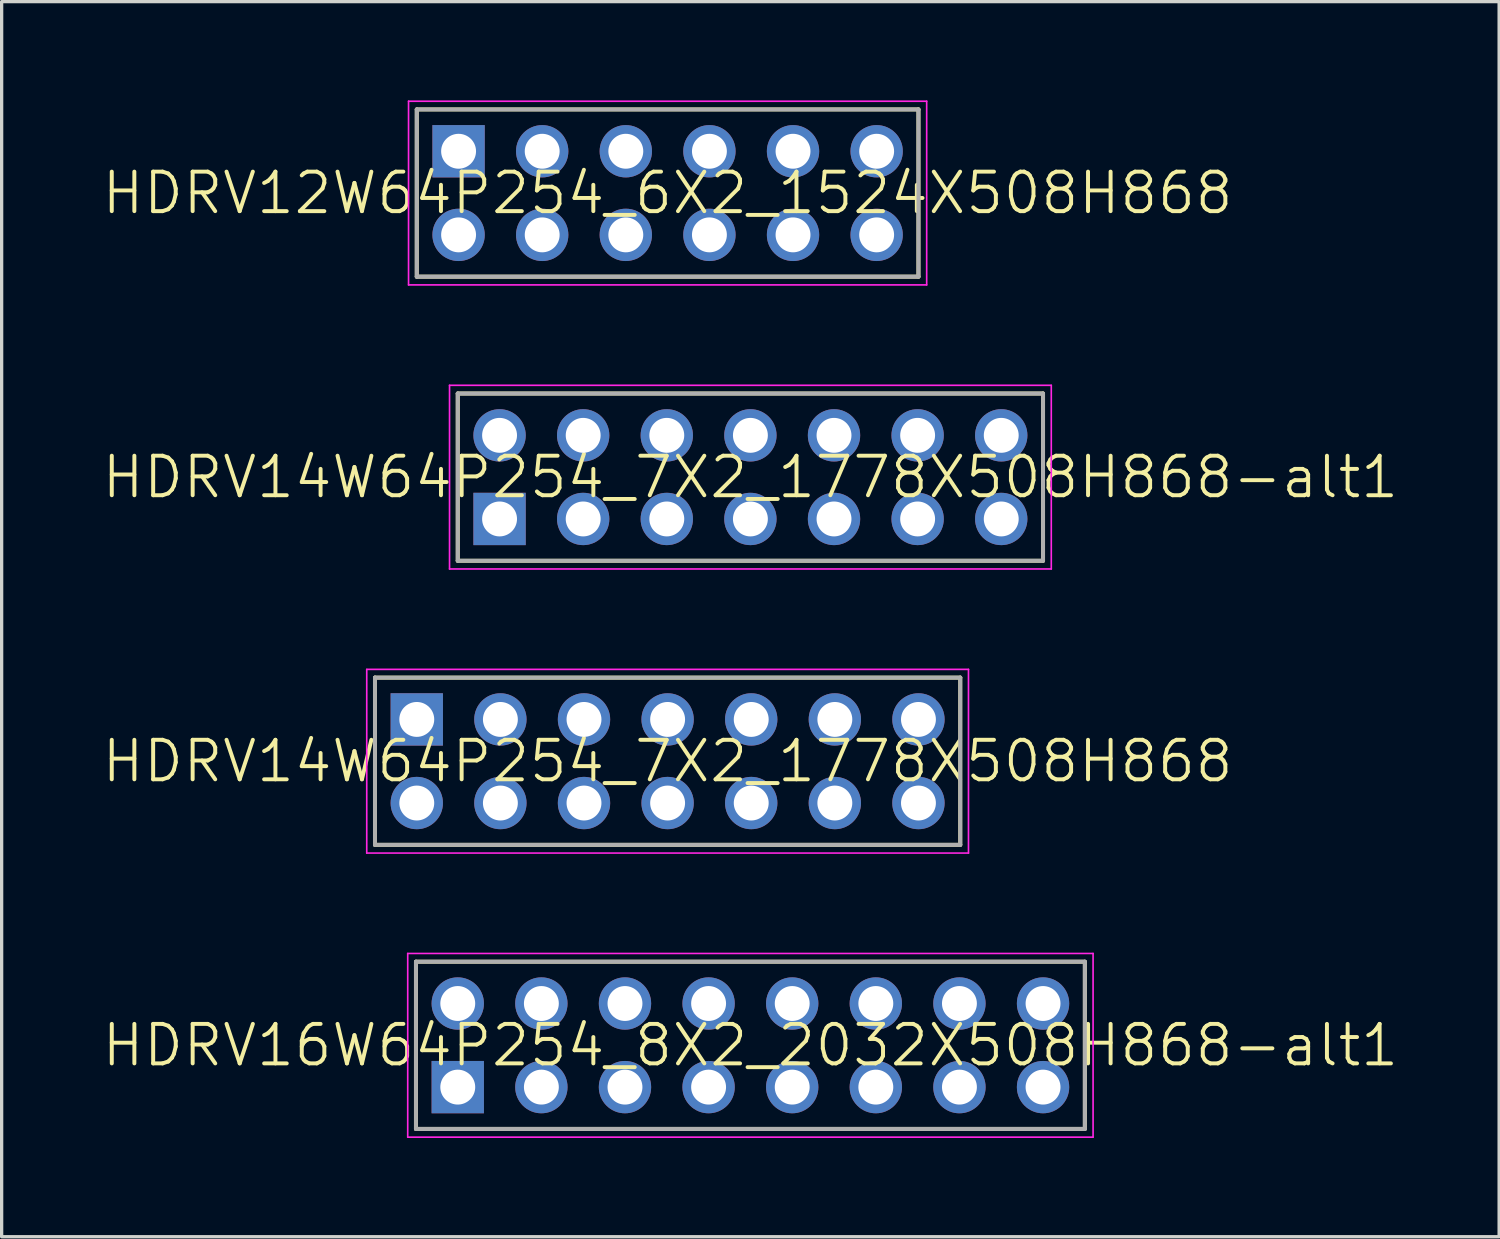
<source format=kicad_pcb>
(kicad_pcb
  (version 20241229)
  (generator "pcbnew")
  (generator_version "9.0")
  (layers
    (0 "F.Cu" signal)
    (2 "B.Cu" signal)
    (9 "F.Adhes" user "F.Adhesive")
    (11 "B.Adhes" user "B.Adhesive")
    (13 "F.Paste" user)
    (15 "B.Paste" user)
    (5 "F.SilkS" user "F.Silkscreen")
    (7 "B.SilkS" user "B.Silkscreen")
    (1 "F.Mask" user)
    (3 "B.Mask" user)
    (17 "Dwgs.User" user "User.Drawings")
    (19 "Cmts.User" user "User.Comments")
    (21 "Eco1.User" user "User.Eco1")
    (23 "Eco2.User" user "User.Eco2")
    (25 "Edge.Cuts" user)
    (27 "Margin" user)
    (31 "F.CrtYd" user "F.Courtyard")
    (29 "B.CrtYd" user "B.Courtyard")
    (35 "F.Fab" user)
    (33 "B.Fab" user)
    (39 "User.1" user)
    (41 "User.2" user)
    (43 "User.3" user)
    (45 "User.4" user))
  (footprint "HDRV12W64P254_6X2_1524X508H868"
    (layer "F.Cu")
    (at 10.881 1.545)
    (property "Reference" "HDRV12W64P254_6X2_1524X508H868" (at 6.35 1.27 0) (layer "F.SilkS") (effects (font (size 1.2 1.2) (thickness 0.12))))
    (attr through_hole)
    (fp_line (start -1.27 -1.27) (end 13.97 -1.27) (stroke (width 0.12) (type solid)) (layer "F.SilkS"))
    (fp_line (start -1.27 3.81) (end -1.27 -1.27) (stroke (width 0.12) (type solid)) (layer "F.SilkS"))
    (fp_line (start 13.97 -1.27) (end 13.97 3.81) (stroke (width 0.12) (type solid)) (layer "F.SilkS"))
    (fp_line (start 13.97 3.81) (end -1.27 3.81) (stroke (width 0.12) (type solid)) (layer "F.SilkS"))
    (fp_line (start -1.52 -1.52) (end 14.22 -1.52) (stroke (width 0.05) (type solid)) (layer "F.CrtYd"))
    (fp_line (start -1.52 4.06) (end -1.52 -1.52) (stroke (width 0.05) (type solid)) (layer "F.CrtYd"))
    (fp_line (start 14.22 -1.52) (end 14.22 4.06) (stroke (width 0.05) (type solid)) (layer "F.CrtYd"))
    (fp_line (start 14.22 4.06) (end -1.52 4.06) (stroke (width 0.05) (type solid)) (layer "F.CrtYd"))
    (fp_line (start -1.27 -1.27) (end 13.97 -1.27) (stroke (width 0.12) (type solid)) (layer "F.Fab"))
    (fp_line (start -1.27 3.81) (end -1.27 -1.27) (stroke (width 0.12) (type solid)) (layer "F.Fab"))
    (fp_line (start 13.97 -1.27) (end 13.97 3.81) (stroke (width 0.12) (type solid)) (layer "F.Fab"))
    (fp_line (start 13.97 3.81) (end -1.27 3.81) (stroke (width 0.12) (type solid)) (layer "F.Fab"))
    (pad "1" thru_hole rect (at 0 0) (size 1.59 1.59) (drill 1.06) (layers "*.Cu" "*.Mask"))
    (pad "2" thru_hole circle (at 0 2.54) (size 1.59 1.59) (drill 1.06) (layers "*.Cu" "*.Mask"))
    (pad "3" thru_hole circle (at 2.54 0) (size 1.59 1.59) (drill 1.06) (layers "*.Cu" "*.Mask"))
    (pad "4" thru_hole circle (at 2.54 2.54) (size 1.59 1.59) (drill 1.06) (layers "*.Cu" "*.Mask"))
    (pad "5" thru_hole circle (at 5.08 0) (size 1.59 1.59) (drill 1.06) (layers "*.Cu" "*.Mask"))
    (pad "6" thru_hole circle (at 5.08 2.54) (size 1.59 1.59) (drill 1.06) (layers "*.Cu" "*.Mask"))
    (pad "7" thru_hole circle (at 7.62 0) (size 1.59 1.59) (drill 1.06) (layers "*.Cu" "*.Mask"))
    (pad "8" thru_hole circle (at 7.62 2.54) (size 1.59 1.59) (drill 1.06) (layers "*.Cu" "*.Mask"))
    (pad "9" thru_hole circle (at 10.16 0) (size 1.59 1.59) (drill 1.06) (layers "*.Cu" "*.Mask"))
    (pad "10" thru_hole circle (at 10.16 2.54) (size 1.59 1.59) (drill 1.06) (layers "*.Cu" "*.Mask"))
    (pad "11" thru_hole circle (at 12.7 0) (size 1.59 1.59) (drill 1.06) (layers "*.Cu" "*.Mask"))
    (pad "12" thru_hole circle (at 12.7 2.54) (size 1.59 1.59) (drill 1.06) (layers "*.Cu" "*.Mask")))
  (footprint "HDRV16W64P254_8X2_2032X508H868-alt1"
    (layer "F.Cu")
    (at 10.856 29.975)
    (property "Reference" "HDRV16W64P254_8X2_2032X508H868-alt1" (at 8.89 -1.27 0) (layer "F.SilkS") (effects (font (size 1.2 1.2) (thickness 0.12))))
    (attr through_hole)
    (fp_line (start -1.27 -3.81) (end 19.05 -3.81) (stroke (width 0.12) (type solid)) (layer "F.SilkS"))
    (fp_line (start -1.27 1.27) (end -1.27 -3.81) (stroke (width 0.12) (type solid)) (layer "F.SilkS"))
    (fp_line (start 19.05 -3.81) (end 19.05 1.27) (stroke (width 0.12) (type solid)) (layer "F.SilkS"))
    (fp_line (start 19.05 1.27) (end -1.27 1.27) (stroke (width 0.12) (type solid)) (layer "F.SilkS"))
    (fp_line (start -1.52 -4.06) (end 19.3 -4.06) (stroke (width 0.05) (type solid)) (layer "F.CrtYd"))
    (fp_line (start -1.52 1.52) (end -1.52 -4.06) (stroke (width 0.05) (type solid)) (layer "F.CrtYd"))
    (fp_line (start 19.3 -4.06) (end 19.3 1.52) (stroke (width 0.05) (type solid)) (layer "F.CrtYd"))
    (fp_line (start 19.3 1.52) (end -1.52 1.52) (stroke (width 0.05) (type solid)) (layer "F.CrtYd"))
    (fp_line (start -1.27 -3.81) (end 19.05 -3.81) (stroke (width 0.12) (type solid)) (layer "F.Fab"))
    (fp_line (start -1.27 1.27) (end -1.27 -3.81) (stroke (width 0.12) (type solid)) (layer "F.Fab"))
    (fp_line (start 19.05 -3.81) (end 19.05 1.27) (stroke (width 0.12) (type solid)) (layer "F.Fab"))
    (fp_line (start 19.05 1.27) (end -1.27 1.27) (stroke (width 0.12) (type solid)) (layer "F.Fab"))
    (pad "1" thru_hole rect (at 0 0) (size 1.59 1.59) (drill 1.06) (layers "*.Cu" "*.Mask"))
    (pad "2" thru_hole circle (at 0 -2.54) (size 1.59 1.59) (drill 1.06) (layers "*.Cu" "*.Mask"))
    (pad "3" thru_hole circle (at 2.54 0) (size 1.59 1.59) (drill 1.06) (layers "*.Cu" "*.Mask"))
    (pad "4" thru_hole circle (at 2.54 -2.54) (size 1.59 1.59) (drill 1.06) (layers "*.Cu" "*.Mask"))
    (pad "5" thru_hole circle (at 5.08 0) (size 1.59 1.59) (drill 1.06) (layers "*.Cu" "*.Mask"))
    (pad "6" thru_hole circle (at 5.08 -2.54) (size 1.59 1.59) (drill 1.06) (layers "*.Cu" "*.Mask"))
    (pad "7" thru_hole circle (at 7.62 0) (size 1.59 1.59) (drill 1.06) (layers "*.Cu" "*.Mask"))
    (pad "8" thru_hole circle (at 7.62 -2.54) (size 1.59 1.59) (drill 1.06) (layers "*.Cu" "*.Mask"))
    (pad "9" thru_hole circle (at 10.16 0) (size 1.59 1.59) (drill 1.06) (layers "*.Cu" "*.Mask"))
    (pad "10" thru_hole circle (at 10.16 -2.54) (size 1.59 1.59) (drill 1.06) (layers "*.Cu" "*.Mask"))
    (pad "11" thru_hole circle (at 12.7 0) (size 1.59 1.59) (drill 1.06) (layers "*.Cu" "*.Mask"))
    (pad "12" thru_hole circle (at 12.7 -2.54) (size 1.59 1.59) (drill 1.06) (layers "*.Cu" "*.Mask"))
    (pad "13" thru_hole circle (at 15.24 0) (size 1.59 1.59) (drill 1.06) (layers "*.Cu" "*.Mask"))
    (pad "14" thru_hole circle (at 15.24 -2.54) (size 1.59 1.59) (drill 1.06) (layers "*.Cu" "*.Mask"))
    (pad "15" thru_hole circle (at 17.78 0) (size 1.59 1.59) (drill 1.06) (layers "*.Cu" "*.Mask"))
    (pad "16" thru_hole circle (at 17.78 -2.54) (size 1.59 1.59) (drill 1.06) (layers "*.Cu" "*.Mask")))
  (footprint "HDRV14W64P254_7X2_1778X508H868-alt1"
    (layer "F.Cu")
    (at 12.126 12.715)
    (property "Reference" "HDRV14W64P254_7X2_1778X508H868-alt1" (at 7.62 -1.27 0) (layer "F.SilkS") (effects (font (size 1.2 1.2) (thickness 0.12))))
    (attr through_hole)
    (fp_line (start -1.27 -3.81) (end 16.51 -3.81) (stroke (width 0.12) (type solid)) (layer "F.SilkS"))
    (fp_line (start -1.27 1.27) (end -1.27 -3.81) (stroke (width 0.12) (type solid)) (layer "F.SilkS"))
    (fp_line (start 16.51 -3.81) (end 16.51 1.27) (stroke (width 0.12) (type solid)) (layer "F.SilkS"))
    (fp_line (start 16.51 1.27) (end -1.27 1.27) (stroke (width 0.12) (type solid)) (layer "F.SilkS"))
    (fp_line (start -1.52 -4.06) (end 16.76 -4.06) (stroke (width 0.05) (type solid)) (layer "F.CrtYd"))
    (fp_line (start -1.52 1.52) (end -1.52 -4.06) (stroke (width 0.05) (type solid)) (layer "F.CrtYd"))
    (fp_line (start 16.76 -4.06) (end 16.76 1.52) (stroke (width 0.05) (type solid)) (layer "F.CrtYd"))
    (fp_line (start 16.76 1.52) (end -1.52 1.52) (stroke (width 0.05) (type solid)) (layer "F.CrtYd"))
    (fp_line (start -1.27 -3.81) (end 16.51 -3.81) (stroke (width 0.12) (type solid)) (layer "F.Fab"))
    (fp_line (start -1.27 1.27) (end -1.27 -3.81) (stroke (width 0.12) (type solid)) (layer "F.Fab"))
    (fp_line (start 16.51 -3.81) (end 16.51 1.27) (stroke (width 0.12) (type solid)) (layer "F.Fab"))
    (fp_line (start 16.51 1.27) (end -1.27 1.27) (stroke (width 0.12) (type solid)) (layer "F.Fab"))
    (pad "1" thru_hole rect (at 0 0) (size 1.59 1.59) (drill 1.06) (layers "*.Cu" "*.Mask"))
    (pad "2" thru_hole circle (at 0 -2.54) (size 1.59 1.59) (drill 1.06) (layers "*.Cu" "*.Mask"))
    (pad "3" thru_hole circle (at 2.54 0) (size 1.59 1.59) (drill 1.06) (layers "*.Cu" "*.Mask"))
    (pad "4" thru_hole circle (at 2.54 -2.54) (size 1.59 1.59) (drill 1.06) (layers "*.Cu" "*.Mask"))
    (pad "5" thru_hole circle (at 5.08 0) (size 1.59 1.59) (drill 1.06) (layers "*.Cu" "*.Mask"))
    (pad "6" thru_hole circle (at 5.08 -2.54) (size 1.59 1.59) (drill 1.06) (layers "*.Cu" "*.Mask"))
    (pad "7" thru_hole circle (at 7.62 0) (size 1.59 1.59) (drill 1.06) (layers "*.Cu" "*.Mask"))
    (pad "8" thru_hole circle (at 7.62 -2.54) (size 1.59 1.59) (drill 1.06) (layers "*.Cu" "*.Mask"))
    (pad "9" thru_hole circle (at 10.16 0) (size 1.59 1.59) (drill 1.06) (layers "*.Cu" "*.Mask"))
    (pad "10" thru_hole circle (at 10.16 -2.54) (size 1.59 1.59) (drill 1.06) (layers "*.Cu" "*.Mask"))
    (pad "11" thru_hole circle (at 12.7 0) (size 1.59 1.59) (drill 1.06) (layers "*.Cu" "*.Mask"))
    (pad "12" thru_hole circle (at 12.7 -2.54) (size 1.59 1.59) (drill 1.06) (layers "*.Cu" "*.Mask"))
    (pad "13" thru_hole circle (at 15.24 0) (size 1.59 1.59) (drill 1.06) (layers "*.Cu" "*.Mask"))
    (pad "14" thru_hole circle (at 15.24 -2.54) (size 1.59 1.59) (drill 1.06) (layers "*.Cu" "*.Mask")))
  (footprint "HDRV14W64P254_7X2_1778X508H868"
    (layer "F.Cu")
    (at 9.611 18.805)
    (property "Reference" "HDRV14W64P254_7X2_1778X508H868" (at 7.62 1.27 0) (layer "F.SilkS") (effects (font (size 1.2 1.2) (thickness 0.12))))
    (attr through_hole)
    (fp_line (start -1.27 -1.27) (end 16.51 -1.27) (stroke (width 0.12) (type solid)) (layer "F.SilkS"))
    (fp_line (start -1.27 3.81) (end -1.27 -1.27) (stroke (width 0.12) (type solid)) (layer "F.SilkS"))
    (fp_line (start 16.51 -1.27) (end 16.51 3.81) (stroke (width 0.12) (type solid)) (layer "F.SilkS"))
    (fp_line (start 16.51 3.81) (end -1.27 3.81) (stroke (width 0.12) (type solid)) (layer "F.SilkS"))
    (fp_line (start -1.52 -1.52) (end 16.76 -1.52) (stroke (width 0.05) (type solid)) (layer "F.CrtYd"))
    (fp_line (start -1.52 4.06) (end -1.52 -1.52) (stroke (width 0.05) (type solid)) (layer "F.CrtYd"))
    (fp_line (start 16.76 -1.52) (end 16.76 4.06) (stroke (width 0.05) (type solid)) (layer "F.CrtYd"))
    (fp_line (start 16.76 4.06) (end -1.52 4.06) (stroke (width 0.05) (type solid)) (layer "F.CrtYd"))
    (fp_line (start -1.27 -1.27) (end 16.51 -1.27) (stroke (width 0.12) (type solid)) (layer "F.Fab"))
    (fp_line (start -1.27 3.81) (end -1.27 -1.27) (stroke (width 0.12) (type solid)) (layer "F.Fab"))
    (fp_line (start 16.51 -1.27) (end 16.51 3.81) (stroke (width 0.12) (type solid)) (layer "F.Fab"))
    (fp_line (start 16.51 3.81) (end -1.27 3.81) (stroke (width 0.12) (type solid)) (layer "F.Fab"))
    (pad "1" thru_hole rect (at 0 0) (size 1.59 1.59) (drill 1.06) (layers "*.Cu" "*.Mask"))
    (pad "2" thru_hole circle (at 0 2.54) (size 1.59 1.59) (drill 1.06) (layers "*.Cu" "*.Mask"))
    (pad "3" thru_hole circle (at 2.54 0) (size 1.59 1.59) (drill 1.06) (layers "*.Cu" "*.Mask"))
    (pad "4" thru_hole circle (at 2.54 2.54) (size 1.59 1.59) (drill 1.06) (layers "*.Cu" "*.Mask"))
    (pad "5" thru_hole circle (at 5.08 0) (size 1.59 1.59) (drill 1.06) (layers "*.Cu" "*.Mask"))
    (pad "6" thru_hole circle (at 5.08 2.54) (size 1.59 1.59) (drill 1.06) (layers "*.Cu" "*.Mask"))
    (pad "7" thru_hole circle (at 7.62 0) (size 1.59 1.59) (drill 1.06) (layers "*.Cu" "*.Mask"))
    (pad "8" thru_hole circle (at 7.62 2.54) (size 1.59 1.59) (drill 1.06) (layers "*.Cu" "*.Mask"))
    (pad "9" thru_hole circle (at 10.16 0) (size 1.59 1.59) (drill 1.06) (layers "*.Cu" "*.Mask"))
    (pad "10" thru_hole circle (at 10.16 2.54) (size 1.59 1.59) (drill 1.06) (layers "*.Cu" "*.Mask"))
    (pad "11" thru_hole circle (at 12.7 0) (size 1.59 1.59) (drill 1.06) (layers "*.Cu" "*.Mask"))
    (pad "12" thru_hole circle (at 12.7 2.54) (size 1.59 1.59) (drill 1.06) (layers "*.Cu" "*.Mask"))
    (pad "13" thru_hole circle (at 15.24 0) (size 1.59 1.59) (drill 1.06) (layers "*.Cu" "*.Mask"))
    (pad "14" thru_hole circle (at 15.24 2.54) (size 1.59 1.59) (drill 1.06) (layers "*.Cu" "*.Mask")))
  (gr_rect
    (start -3 -3)
    (end 42.491 34.52)
    (stroke (width 0.1) (type default))
    (fill no)
    (layer "Edge.Cuts")))
</source>
